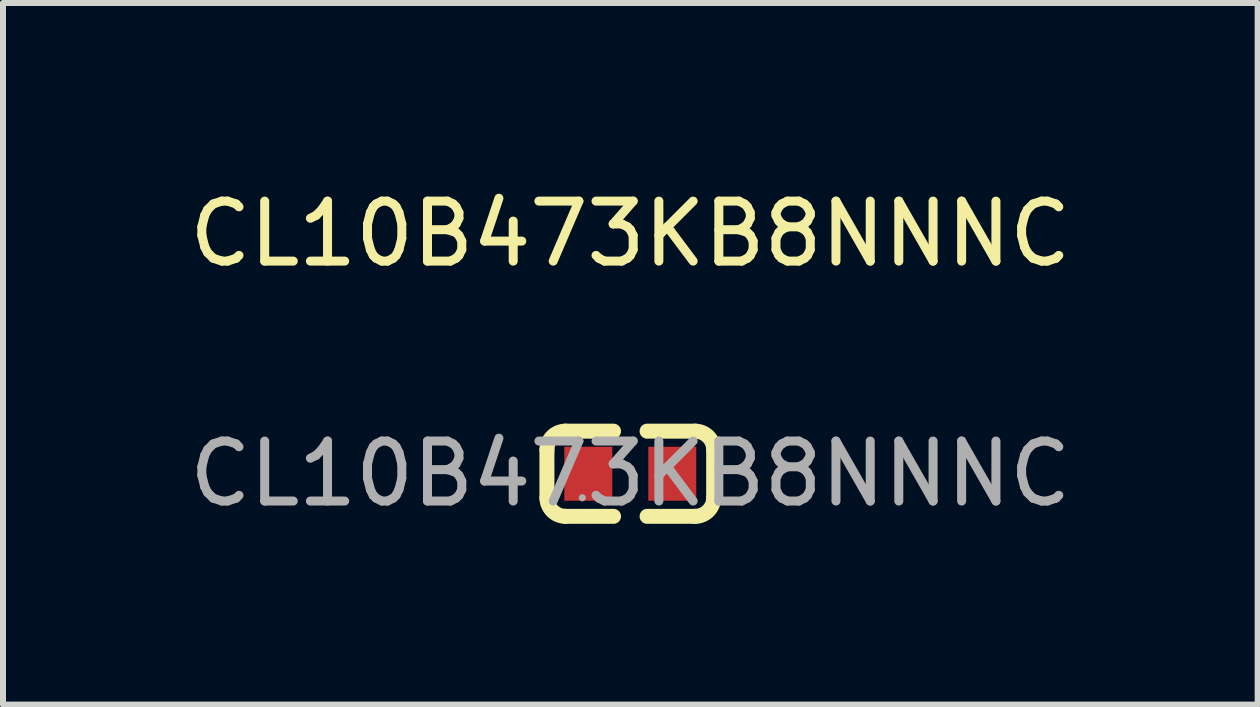
<source format=kicad_pcb>
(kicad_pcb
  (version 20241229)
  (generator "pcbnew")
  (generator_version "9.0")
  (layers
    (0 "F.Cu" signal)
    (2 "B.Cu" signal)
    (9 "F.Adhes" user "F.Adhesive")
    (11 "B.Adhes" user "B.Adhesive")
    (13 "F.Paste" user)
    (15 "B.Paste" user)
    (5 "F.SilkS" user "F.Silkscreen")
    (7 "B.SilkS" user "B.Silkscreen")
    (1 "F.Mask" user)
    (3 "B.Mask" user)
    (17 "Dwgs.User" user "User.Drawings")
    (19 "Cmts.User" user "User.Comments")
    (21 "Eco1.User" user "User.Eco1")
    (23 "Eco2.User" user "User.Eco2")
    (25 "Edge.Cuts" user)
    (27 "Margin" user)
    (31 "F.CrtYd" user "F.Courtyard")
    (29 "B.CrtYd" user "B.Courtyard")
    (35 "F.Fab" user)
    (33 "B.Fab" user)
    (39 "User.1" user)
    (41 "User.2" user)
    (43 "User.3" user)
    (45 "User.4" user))
  (footprint "CL10B473KB8NNNC"
    (layer "F.Cu")
    (at 7.458 4.848)
    (property "Reference" "CL10B473KB8NNNC" (at 0 -4 0) (layer "F.SilkS") (effects (font (size 1 1) (thickness 0.15))))
    (attr smd)
    (fp_line (start -1.39 0.4) (end -1.39 -0.4) (stroke (width 0.25) (type solid)) (layer "F.SilkS"))
    (fp_line (start -0.28 -0.71) (end -1.08 -0.71) (stroke (width 0.25) (type solid)) (layer "F.SilkS"))
    (fp_line (start -0.28 0.71) (end -1.08 0.71) (stroke (width 0.25) (type solid)) (layer "F.SilkS"))
    (fp_line (start 0.28 -0.71) (end 1.08 -0.71) (stroke (width 0.25) (type solid)) (layer "F.SilkS"))
    (fp_line (start 0.28 0.71) (end 1.08 0.71) (stroke (width 0.25) (type solid)) (layer "F.SilkS"))
    (fp_line (start 1.39 -0.4) (end 1.39 0.4) (stroke (width 0.25) (type solid)) (layer "F.SilkS"))
    (fp_arc (start -1.39 -0.4) (mid -1.299203 -0.619203) (end -1.08 -0.71) (stroke (width 0.25) (type solid)) (layer "F.SilkS"))
    (fp_arc (start -1.08 0.71) (mid -1.299203 0.619203) (end -1.39 0.4) (stroke (width 0.25) (type solid)) (layer "F.SilkS"))
    (fp_arc (start 1.08 -0.71) (mid 1.299203 -0.619203) (end 1.39 -0.4) (stroke (width 0.25) (type solid)) (layer "F.SilkS"))
    (fp_arc (start 1.39 0.4) (mid 1.299203 0.619203) (end 1.08 0.71) (stroke (width 0.25) (type solid)) (layer "F.SilkS"))
    (fp_circle (center -0.8 0.4) (end -0.77 0.4) (stroke (width 0.06) (type solid)) (fill no) (layer "F.Fab"))
    (fp_text user "${REFERENCE}" (at 0 0 0) (layer "F.Fab") (effects (font (size 1 1) (thickness 0.15))))
    (pad "1" smd rect (at -0.7 0) (size 0.8 0.9) (layers "F.Cu" "F.Mask" "F.Paste"))
    (pad "2" smd rect (at 0.7 0) (size 0.8 0.9) (layers "F.Cu" "F.Mask" "F.Paste")))
  (gr_rect
    (start -3 -3)
    (end 17.917 8.697)
    (stroke (width 0.1) (type default))
    (fill no)
    (layer "Edge.Cuts")))
</source>
